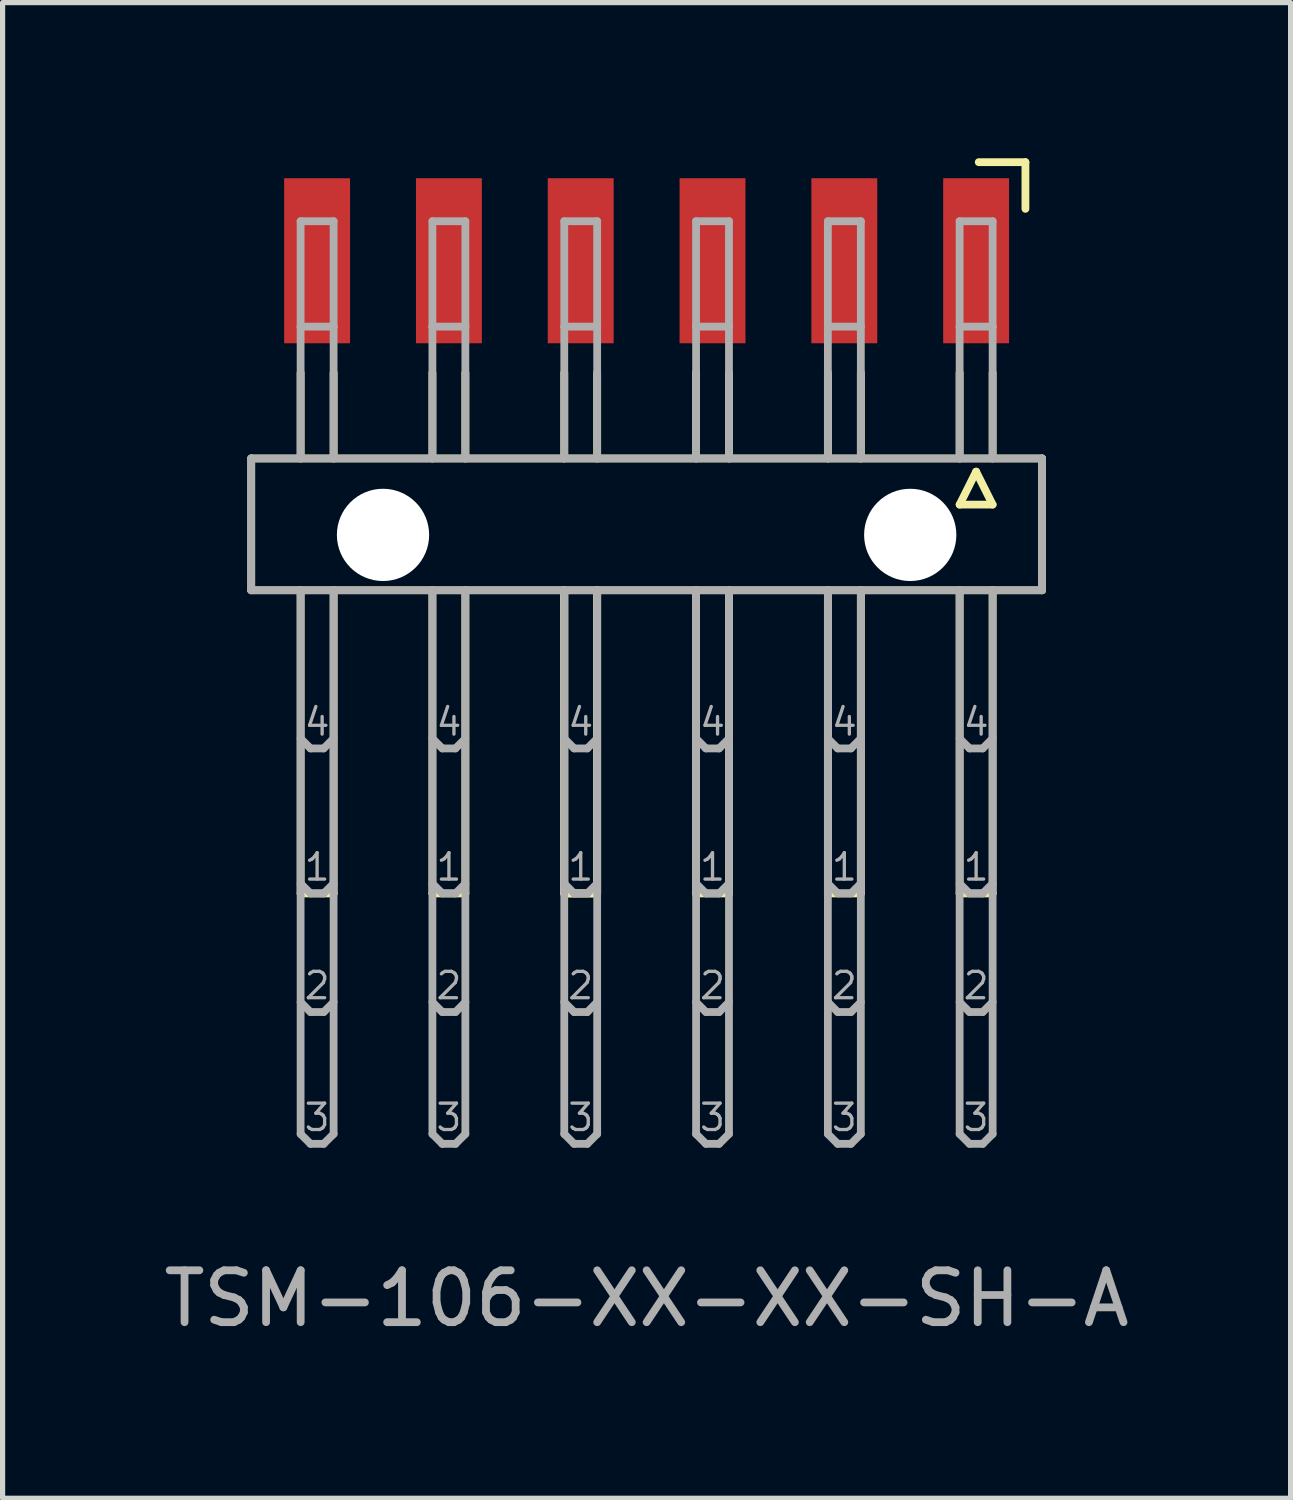
<source format=kicad_pcb>
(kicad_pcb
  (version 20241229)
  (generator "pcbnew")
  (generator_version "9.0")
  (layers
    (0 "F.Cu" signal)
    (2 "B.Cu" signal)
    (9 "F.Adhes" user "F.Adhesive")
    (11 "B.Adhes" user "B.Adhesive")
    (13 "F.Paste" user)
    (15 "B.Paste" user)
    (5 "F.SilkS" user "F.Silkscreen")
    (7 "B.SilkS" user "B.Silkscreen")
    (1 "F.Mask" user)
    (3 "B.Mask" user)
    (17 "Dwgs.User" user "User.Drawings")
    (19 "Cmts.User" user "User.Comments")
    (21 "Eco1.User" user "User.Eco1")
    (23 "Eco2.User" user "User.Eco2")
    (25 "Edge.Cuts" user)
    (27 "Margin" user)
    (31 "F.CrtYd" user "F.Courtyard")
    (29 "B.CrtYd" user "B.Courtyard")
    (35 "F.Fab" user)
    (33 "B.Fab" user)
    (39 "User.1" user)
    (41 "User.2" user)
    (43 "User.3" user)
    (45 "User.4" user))
  (footprint "TSM-106-XX-XX-SH-A"
    (layer "F.Cu")
    (at 9.411 6.975)
    (property "Reference" "TSM-106-XX-XX-SH-A" (at 0 15 0) (layer "F.Fab") (effects (font (size 1 1) (thickness 0.15))))
    (attr through_hole)
    (fp_line (start -7.62 -1.19) (end 7.62 -1.19) (stroke (width 0.15) (type solid)) (layer "F.SilkS"))
    (fp_line (start -7.62 1.35) (end -7.62 -1.19) (stroke (width 0.15) (type solid)) (layer "F.SilkS"))
    (fp_line (start -6.668 -1.19) (end -6.668 -2.841) (stroke (width 0.15) (type solid)) (layer "F.SilkS"))
    (fp_line (start -6.668 1.35) (end -6.668 7.192) (stroke (width 0.15) (type solid)) (layer "F.SilkS"))
    (fp_line (start -6.668 7.192) (end -6.032 7.192) (stroke (width 0.15) (type solid)) (layer "F.SilkS"))
    (fp_line (start -6.032 -2.841) (end -6.032 -1.19) (stroke (width 0.15) (type solid)) (layer "F.SilkS"))
    (fp_line (start -6.032 7.192) (end -6.032 1.35) (stroke (width 0.15) (type solid)) (layer "F.SilkS"))
    (fp_line (start -4.128 -2.841) (end -4.128 -1.19) (stroke (width 0.15) (type solid)) (layer "F.SilkS"))
    (fp_line (start -4.128 1.35) (end -4.128 7.192) (stroke (width 0.15) (type solid)) (layer "F.SilkS"))
    (fp_line (start -4.128 7.192) (end -3.493 7.192) (stroke (width 0.15) (type solid)) (layer "F.SilkS"))
    (fp_line (start -3.493 -2.841) (end -3.493 -1.19) (stroke (width 0.15) (type solid)) (layer "F.SilkS"))
    (fp_line (start -3.493 7.192) (end -3.493 1.35) (stroke (width 0.15) (type solid)) (layer "F.SilkS"))
    (fp_line (start -1.587 -2.841) (end -1.587 -1.19) (stroke (width 0.15) (type solid)) (layer "F.SilkS"))
    (fp_line (start -1.587 1.35) (end -1.587 7.192) (stroke (width 0.15) (type solid)) (layer "F.SilkS"))
    (fp_line (start -1.587 1.35) (end -1.587 7.192) (stroke (width 0.15) (type solid)) (layer "F.SilkS"))
    (fp_line (start -1.587 7.192) (end -0.953 7.192) (stroke (width 0.15) (type solid)) (layer "F.SilkS"))
    (fp_line (start -1.587 7.192) (end -0.953 7.192) (stroke (width 0.15) (type solid)) (layer "F.SilkS"))
    (fp_line (start -0.953 -1.19) (end -0.953 -2.841) (stroke (width 0.15) (type solid)) (layer "F.SilkS"))
    (fp_line (start -0.953 7.192) (end -0.953 1.35) (stroke (width 0.15) (type solid)) (layer "F.SilkS"))
    (fp_line (start -0.953 7.192) (end -0.953 1.35) (stroke (width 0.15) (type solid)) (layer "F.SilkS"))
    (fp_line (start 0.953 -2.841) (end 0.953 -1.19) (stroke (width 0.15) (type solid)) (layer "F.SilkS"))
    (fp_line (start 0.953 1.35) (end 0.953 7.192) (stroke (width 0.15) (type solid)) (layer "F.SilkS"))
    (fp_line (start 0.953 7.192) (end 1.587 7.192) (stroke (width 0.15) (type solid)) (layer "F.SilkS"))
    (fp_line (start 1.587 -1.19) (end 1.587 -2.841) (stroke (width 0.15) (type solid)) (layer "F.SilkS"))
    (fp_line (start 1.587 7.192) (end 1.587 1.35) (stroke (width 0.15) (type solid)) (layer "F.SilkS"))
    (fp_line (start 3.493 -2.841) (end 3.493 -1.19) (stroke (width 0.15) (type solid)) (layer "F.SilkS"))
    (fp_line (start 3.493 1.35) (end 3.493 7.192) (stroke (width 0.15) (type solid)) (layer "F.SilkS"))
    (fp_line (start 3.493 7.192) (end 4.128 7.192) (stroke (width 0.15) (type solid)) (layer "F.SilkS"))
    (fp_line (start 4.128 -1.19) (end 4.128 -2.841) (stroke (width 0.15) (type solid)) (layer "F.SilkS"))
    (fp_line (start 4.128 7.192) (end 4.128 1.35) (stroke (width 0.15) (type solid)) (layer "F.SilkS"))
    (fp_line (start 6.032 -2.841) (end 6.032 -1.19) (stroke (width 0.15) (type solid)) (layer "F.SilkS"))
    (fp_line (start 6.032 -0.301) (end 6.668 -0.301) (stroke (width 0.15) (type solid)) (layer "F.SilkS"))
    (fp_line (start 6.032 1.35) (end 6.032 7.192) (stroke (width 0.15) (type solid)) (layer "F.SilkS"))
    (fp_line (start 6.032 7.192) (end 6.668 7.192) (stroke (width 0.15) (type solid)) (layer "F.SilkS"))
    (fp_line (start 6.35 -0.936) (end 6.032 -0.301) (stroke (width 0.15) (type solid)) (layer "F.SilkS"))
    (fp_line (start 6.4 -6.9) (end 7.3 -6.9) (stroke (width 0.15) (type solid)) (layer "F.SilkS"))
    (fp_line (start 6.668 -1.19) (end 6.668 -2.841) (stroke (width 0.15) (type solid)) (layer "F.SilkS"))
    (fp_line (start 6.668 -0.301) (end 6.35 -0.936) (stroke (width 0.15) (type solid)) (layer "F.SilkS"))
    (fp_line (start 6.668 7.192) (end 6.668 1.35) (stroke (width 0.15) (type solid)) (layer "F.SilkS"))
    (fp_line (start 7.3 -6.9) (end 7.3 -6) (stroke (width 0.15) (type solid)) (layer "F.SilkS"))
    (fp_line (start 7.62 -1.19) (end 7.62 1.35) (stroke (width 0.15) (type solid)) (layer "F.SilkS"))
    (fp_line (start 7.62 1.35) (end -7.62 1.35) (stroke (width 0.15) (type solid)) (layer "F.SilkS"))
    (fp_line (start -7.62 -1.19) (end 7.62 -1.19) (stroke (width 0.15) (type solid)) (layer "F.Fab"))
    (fp_line (start -7.62 1.35) (end -7.62 -1.19) (stroke (width 0.15) (type solid)) (layer "F.Fab"))
    (fp_line (start -6.668 -5.762) (end -6.032 -5.762) (stroke (width 0.15) (type solid)) (layer "F.Fab"))
    (fp_line (start -6.668 -3.73) (end -6.668 -5.762) (stroke (width 0.15) (type solid)) (layer "F.Fab"))
    (fp_line (start -6.668 -3.73) (end -6.668 -1.19) (stroke (width 0.15) (type solid)) (layer "F.Fab"))
    (fp_line (start -6.668 1.35) (end -6.668 11.828) (stroke (width 0.15) (type solid)) (layer "F.Fab"))
    (fp_line (start -6.668 4.207) (end -6.477 4.398) (stroke (width 0.15) (type solid)) (layer "F.Fab"))
    (fp_line (start -6.668 7.002) (end -6.477 7.192) (stroke (width 0.15) (type solid)) (layer "F.Fab"))
    (fp_line (start -6.668 9.287) (end -6.477 9.478) (stroke (width 0.15) (type solid)) (layer "F.Fab"))
    (fp_line (start -6.668 11.828) (end -6.477 12.018) (stroke (width 0.15) (type solid)) (layer "F.Fab"))
    (fp_line (start -6.477 4.398) (end -6.223 4.398) (stroke (width 0.15) (type solid)) (layer "F.Fab"))
    (fp_line (start -6.477 7.192) (end -6.223 7.192) (stroke (width 0.15) (type solid)) (layer "F.Fab"))
    (fp_line (start -6.477 9.478) (end -6.223 9.478) (stroke (width 0.15) (type solid)) (layer "F.Fab"))
    (fp_line (start -6.477 12.018) (end -6.223 12.018) (stroke (width 0.15) (type solid)) (layer "F.Fab"))
    (fp_line (start -6.223 4.398) (end -6.032 4.207) (stroke (width 0.15) (type solid)) (layer "F.Fab"))
    (fp_line (start -6.223 7.192) (end -6.032 7.002) (stroke (width 0.15) (type solid)) (layer "F.Fab"))
    (fp_line (start -6.223 9.478) (end -6.032 9.287) (stroke (width 0.15) (type solid)) (layer "F.Fab"))
    (fp_line (start -6.223 12.018) (end -6.032 11.828) (stroke (width 0.15) (type solid)) (layer "F.Fab"))
    (fp_line (start -6.032 -5.762) (end -6.032 -3.73) (stroke (width 0.15) (type solid)) (layer "F.Fab"))
    (fp_line (start -6.032 -3.73) (end -6.668 -3.73) (stroke (width 0.15) (type solid)) (layer "F.Fab"))
    (fp_line (start -6.032 -3.73) (end -6.032 -1.19) (stroke (width 0.15) (type solid)) (layer "F.Fab"))
    (fp_line (start -6.032 11.828) (end -6.032 1.35) (stroke (width 0.15) (type solid)) (layer "F.Fab"))
    (fp_line (start -4.128 -5.762) (end -3.493 -5.762) (stroke (width 0.15) (type solid)) (layer "F.Fab"))
    (fp_line (start -4.128 -3.73) (end -4.128 -5.762) (stroke (width 0.15) (type solid)) (layer "F.Fab"))
    (fp_line (start -4.128 -3.73) (end -4.128 -1.19) (stroke (width 0.15) (type solid)) (layer "F.Fab"))
    (fp_line (start -4.128 1.35) (end -4.128 11.828) (stroke (width 0.15) (type solid)) (layer "F.Fab"))
    (fp_line (start -4.128 4.207) (end -3.937 4.398) (stroke (width 0.15) (type solid)) (layer "F.Fab"))
    (fp_line (start -4.128 7.002) (end -3.937 7.192) (stroke (width 0.15) (type solid)) (layer "F.Fab"))
    (fp_line (start -4.128 9.287) (end -3.937 9.478) (stroke (width 0.15) (type solid)) (layer "F.Fab"))
    (fp_line (start -4.128 11.828) (end -3.937 12.018) (stroke (width 0.15) (type solid)) (layer "F.Fab"))
    (fp_line (start -3.937 4.398) (end -3.683 4.398) (stroke (width 0.15) (type solid)) (layer "F.Fab"))
    (fp_line (start -3.937 7.192) (end -3.683 7.192) (stroke (width 0.15) (type solid)) (layer "F.Fab"))
    (fp_line (start -3.937 9.478) (end -3.683 9.478) (stroke (width 0.15) (type solid)) (layer "F.Fab"))
    (fp_line (start -3.937 12.018) (end -3.683 12.018) (stroke (width 0.15) (type solid)) (layer "F.Fab"))
    (fp_line (start -3.683 4.398) (end -3.493 4.207) (stroke (width 0.15) (type solid)) (layer "F.Fab"))
    (fp_line (start -3.683 7.192) (end -3.493 7.002) (stroke (width 0.15) (type solid)) (layer "F.Fab"))
    (fp_line (start -3.683 9.478) (end -3.493 9.287) (stroke (width 0.15) (type solid)) (layer "F.Fab"))
    (fp_line (start -3.683 12.018) (end -3.493 11.828) (stroke (width 0.15) (type solid)) (layer "F.Fab"))
    (fp_line (start -3.493 -5.762) (end -3.493 -3.73) (stroke (width 0.15) (type solid)) (layer "F.Fab"))
    (fp_line (start -3.493 -3.73) (end -4.128 -3.73) (stroke (width 0.15) (type solid)) (layer "F.Fab"))
    (fp_line (start -3.493 -3.73) (end -3.493 -1.19) (stroke (width 0.15) (type solid)) (layer "F.Fab"))
    (fp_line (start -3.493 11.828) (end -3.493 1.35) (stroke (width 0.15) (type solid)) (layer "F.Fab"))
    (fp_line (start -1.587 -5.762) (end -0.953 -5.762) (stroke (width 0.15) (type solid)) (layer "F.Fab"))
    (fp_line (start -1.587 -3.73) (end -1.587 -5.762) (stroke (width 0.15) (type solid)) (layer "F.Fab"))
    (fp_line (start -1.587 -3.73) (end -1.587 -1.19) (stroke (width 0.15) (type solid)) (layer "F.Fab"))
    (fp_line (start -1.587 1.35) (end -1.587 11.828) (stroke (width 0.15) (type solid)) (layer "F.Fab"))
    (fp_line (start -1.587 4.207) (end -1.397 4.398) (stroke (width 0.15) (type solid)) (layer "F.Fab"))
    (fp_line (start -1.587 7.002) (end -1.397 7.192) (stroke (width 0.15) (type solid)) (layer "F.Fab"))
    (fp_line (start -1.587 9.287) (end -1.397 9.478) (stroke (width 0.15) (type solid)) (layer "F.Fab"))
    (fp_line (start -1.587 11.828) (end -1.397 12.018) (stroke (width 0.15) (type solid)) (layer "F.Fab"))
    (fp_line (start -1.397 4.398) (end -1.143 4.398) (stroke (width 0.15) (type solid)) (layer "F.Fab"))
    (fp_line (start -1.397 7.192) (end -1.143 7.192) (stroke (width 0.15) (type solid)) (layer "F.Fab"))
    (fp_line (start -1.397 9.478) (end -1.143 9.478) (stroke (width 0.15) (type solid)) (layer "F.Fab"))
    (fp_line (start -1.397 12.018) (end -1.143 12.018) (stroke (width 0.15) (type solid)) (layer "F.Fab"))
    (fp_line (start -1.143 4.398) (end -0.953 4.207) (stroke (width 0.15) (type solid)) (layer "F.Fab"))
    (fp_line (start -1.143 7.192) (end -0.953 7.002) (stroke (width 0.15) (type solid)) (layer "F.Fab"))
    (fp_line (start -1.143 9.478) (end -0.953 9.287) (stroke (width 0.15) (type solid)) (layer "F.Fab"))
    (fp_line (start -1.143 12.018) (end -0.953 11.828) (stroke (width 0.15) (type solid)) (layer "F.Fab"))
    (fp_line (start -0.953 -5.762) (end -0.953 -3.73) (stroke (width 0.15) (type solid)) (layer "F.Fab"))
    (fp_line (start -0.953 -3.73) (end -1.587 -3.73) (stroke (width 0.15) (type solid)) (layer "F.Fab"))
    (fp_line (start -0.953 -3.73) (end -0.953 -1.19) (stroke (width 0.15) (type solid)) (layer "F.Fab"))
    (fp_line (start -0.953 11.828) (end -0.953 1.35) (stroke (width 0.15) (type solid)) (layer "F.Fab"))
    (fp_line (start 0.953 -5.762) (end 1.587 -5.762) (stroke (width 0.15) (type solid)) (layer "F.Fab"))
    (fp_line (start 0.953 -3.73) (end 0.953 -5.762) (stroke (width 0.15) (type solid)) (layer "F.Fab"))
    (fp_line (start 0.953 -3.73) (end 0.953 -1.19) (stroke (width 0.15) (type solid)) (layer "F.Fab"))
    (fp_line (start 0.953 1.35) (end 0.953 11.828) (stroke (width 0.15) (type solid)) (layer "F.Fab"))
    (fp_line (start 0.953 4.207) (end 1.143 4.398) (stroke (width 0.15) (type solid)) (layer "F.Fab"))
    (fp_line (start 0.953 7.002) (end 1.143 7.192) (stroke (width 0.15) (type solid)) (layer "F.Fab"))
    (fp_line (start 0.953 9.287) (end 1.143 9.478) (stroke (width 0.15) (type solid)) (layer "F.Fab"))
    (fp_line (start 0.953 11.828) (end 1.143 12.018) (stroke (width 0.15) (type solid)) (layer "F.Fab"))
    (fp_line (start 1.143 4.398) (end 1.397 4.398) (stroke (width 0.15) (type solid)) (layer "F.Fab"))
    (fp_line (start 1.143 7.192) (end 1.397 7.192) (stroke (width 0.15) (type solid)) (layer "F.Fab"))
    (fp_line (start 1.143 9.478) (end 1.397 9.478) (stroke (width 0.15) (type solid)) (layer "F.Fab"))
    (fp_line (start 1.143 12.018) (end 1.397 12.018) (stroke (width 0.15) (type solid)) (layer "F.Fab"))
    (fp_line (start 1.397 4.398) (end 1.587 4.207) (stroke (width 0.15) (type solid)) (layer "F.Fab"))
    (fp_line (start 1.397 7.192) (end 1.587 7.002) (stroke (width 0.15) (type solid)) (layer "F.Fab"))
    (fp_line (start 1.397 9.478) (end 1.587 9.287) (stroke (width 0.15) (type solid)) (layer "F.Fab"))
    (fp_line (start 1.397 12.018) (end 1.587 11.828) (stroke (width 0.15) (type solid)) (layer "F.Fab"))
    (fp_line (start 1.587 -5.762) (end 1.587 -3.73) (stroke (width 0.15) (type solid)) (layer "F.Fab"))
    (fp_line (start 1.587 -3.73) (end 0.953 -3.73) (stroke (width 0.15) (type solid)) (layer "F.Fab"))
    (fp_line (start 1.587 -3.73) (end 1.587 -1.19) (stroke (width 0.15) (type solid)) (layer "F.Fab"))
    (fp_line (start 1.587 11.828) (end 1.587 1.35) (stroke (width 0.15) (type solid)) (layer "F.Fab"))
    (fp_line (start 3.493 -5.762) (end 4.128 -5.762) (stroke (width 0.15) (type solid)) (layer "F.Fab"))
    (fp_line (start 3.493 -3.73) (end 3.493 -5.762) (stroke (width 0.15) (type solid)) (layer "F.Fab"))
    (fp_line (start 3.493 -3.73) (end 3.493 -1.19) (stroke (width 0.15) (type solid)) (layer "F.Fab"))
    (fp_line (start 3.493 1.35) (end 3.493 11.828) (stroke (width 0.15) (type solid)) (layer "F.Fab"))
    (fp_line (start 3.493 4.207) (end 3.683 4.398) (stroke (width 0.15) (type solid)) (layer "F.Fab"))
    (fp_line (start 3.493 7.002) (end 3.683 7.192) (stroke (width 0.15) (type solid)) (layer "F.Fab"))
    (fp_line (start 3.493 9.287) (end 3.683 9.478) (stroke (width 0.15) (type solid)) (layer "F.Fab"))
    (fp_line (start 3.493 11.828) (end 3.683 12.018) (stroke (width 0.15) (type solid)) (layer "F.Fab"))
    (fp_line (start 3.683 4.398) (end 3.937 4.398) (stroke (width 0.15) (type solid)) (layer "F.Fab"))
    (fp_line (start 3.683 7.192) (end 3.937 7.192) (stroke (width 0.15) (type solid)) (layer "F.Fab"))
    (fp_line (start 3.683 9.478) (end 3.937 9.478) (stroke (width 0.15) (type solid)) (layer "F.Fab"))
    (fp_line (start 3.683 12.018) (end 3.937 12.018) (stroke (width 0.15) (type solid)) (layer "F.Fab"))
    (fp_line (start 3.937 4.398) (end 4.128 4.207) (stroke (width 0.15) (type solid)) (layer "F.Fab"))
    (fp_line (start 3.937 7.192) (end 4.128 7.002) (stroke (width 0.15) (type solid)) (layer "F.Fab"))
    (fp_line (start 3.937 9.478) (end 4.128 9.287) (stroke (width 0.15) (type solid)) (layer "F.Fab"))
    (fp_line (start 3.937 12.018) (end 4.128 11.828) (stroke (width 0.15) (type solid)) (layer "F.Fab"))
    (fp_line (start 4.128 -5.762) (end 4.128 -3.73) (stroke (width 0.15) (type solid)) (layer "F.Fab"))
    (fp_line (start 4.128 -3.73) (end 3.493 -3.73) (stroke (width 0.15) (type solid)) (layer "F.Fab"))
    (fp_line (start 4.128 -3.73) (end 4.128 -1.19) (stroke (width 0.15) (type solid)) (layer "F.Fab"))
    (fp_line (start 4.128 11.828) (end 4.128 1.35) (stroke (width 0.15) (type solid)) (layer "F.Fab"))
    (fp_line (start 6.032 -5.762) (end 6.668 -5.762) (stroke (width 0.15) (type solid)) (layer "F.Fab"))
    (fp_line (start 6.032 -3.73) (end 6.032 -5.762) (stroke (width 0.15) (type solid)) (layer "F.Fab"))
    (fp_line (start 6.032 -3.73) (end 6.032 -1.19) (stroke (width 0.15) (type solid)) (layer "F.Fab"))
    (fp_line (start 6.032 1.35) (end 6.032 11.828) (stroke (width 0.15) (type solid)) (layer "F.Fab"))
    (fp_line (start 6.032 4.207) (end 6.223 4.398) (stroke (width 0.15) (type solid)) (layer "F.Fab"))
    (fp_line (start 6.032 7.002) (end 6.223 7.192) (stroke (width 0.15) (type solid)) (layer "F.Fab"))
    (fp_line (start 6.032 9.287) (end 6.223 9.478) (stroke (width 0.15) (type solid)) (layer "F.Fab"))
    (fp_line (start 6.032 11.828) (end 6.223 12.018) (stroke (width 0.15) (type solid)) (layer "F.Fab"))
    (fp_line (start 6.223 4.398) (end 6.477 4.398) (stroke (width 0.15) (type solid)) (layer "F.Fab"))
    (fp_line (start 6.223 7.192) (end 6.477 7.192) (stroke (width 0.15) (type solid)) (layer "F.Fab"))
    (fp_line (start 6.223 9.478) (end 6.477 9.478) (stroke (width 0.15) (type solid)) (layer "F.Fab"))
    (fp_line (start 6.223 12.018) (end 6.477 12.018) (stroke (width 0.15) (type solid)) (layer "F.Fab"))
    (fp_line (start 6.477 4.398) (end 6.668 4.207) (stroke (width 0.15) (type solid)) (layer "F.Fab"))
    (fp_line (start 6.477 7.192) (end 6.668 7.002) (stroke (width 0.15) (type solid)) (layer "F.Fab"))
    (fp_line (start 6.477 9.478) (end 6.668 9.287) (stroke (width 0.15) (type solid)) (layer "F.Fab"))
    (fp_line (start 6.477 12.018) (end 6.668 11.828) (stroke (width 0.15) (type solid)) (layer "F.Fab"))
    (fp_line (start 6.668 -5.762) (end 6.668 -3.73) (stroke (width 0.15) (type solid)) (layer "F.Fab"))
    (fp_line (start 6.668 -3.73) (end 6.032 -3.73) (stroke (width 0.15) (type solid)) (layer "F.Fab"))
    (fp_line (start 6.668 -3.73) (end 6.668 -1.19) (stroke (width 0.15) (type solid)) (layer "F.Fab"))
    (fp_line (start 6.668 11.828) (end 6.668 1.35) (stroke (width 0.15) (type solid)) (layer "F.Fab"))
    (fp_line (start 7.62 -1.19) (end 7.62 1.35) (stroke (width 0.15) (type solid)) (layer "F.Fab"))
    (fp_line (start 7.62 1.35) (end -7.62 1.35) (stroke (width 0.15) (type solid)) (layer "F.Fab"))
    (fp_text user "2" (at -1.27 8.97 0) (layer "F.Fab") (effects (font (size 0.508 0.508) (thickness 0.064))))
    (fp_text user "2" (at 6.35 8.97 0) (layer "F.Fab") (effects (font (size 0.508 0.508) (thickness 0.064))))
    (fp_text user "1" (at -6.35 6.684 0) (layer "F.Fab") (effects (font (size 0.508 0.508) (thickness 0.064))))
    (fp_text user "3" (at -3.81 11.51 0) (layer "F.Fab") (effects (font (size 0.508 0.508) (thickness 0.064))))
    (fp_text user "1" (at -3.81 6.684 0) (layer "F.Fab") (effects (font (size 0.508 0.508) (thickness 0.064))))
    (fp_text user "4" (at 3.81 3.89 0) (layer "F.Fab") (effects (font (size 0.508 0.508) (thickness 0.064))))
    (fp_text user "4" (at -1.27 3.89 0) (layer "F.Fab") (effects (font (size 0.508 0.508) (thickness 0.064))))
    (fp_text user "4" (at 6.35 3.89 0) (layer "F.Fab") (effects (font (size 0.508 0.508) (thickness 0.064))))
    (fp_text user "3" (at -6.35 11.51 0) (layer "F.Fab") (effects (font (size 0.508 0.508) (thickness 0.064))))
    (fp_text user "4" (at 1.27 3.89 0) (layer "F.Fab") (effects (font (size 0.508 0.508) (thickness 0.064))))
    (fp_text user "3" (at 6.35 11.51 0) (layer "F.Fab") (effects (font (size 0.508 0.508) (thickness 0.064))))
    (fp_text user "1" (at 1.27 6.684 0) (layer "F.Fab") (effects (font (size 0.508 0.508) (thickness 0.064))))
    (fp_text user "2" (at 3.81 8.97 0) (layer "F.Fab") (effects (font (size 0.508 0.508) (thickness 0.064))))
    (fp_text user "2" (at 1.27 8.97 0) (layer "F.Fab") (effects (font (size 0.508 0.508) (thickness 0.064))))
    (fp_text user "1" (at 3.81 6.684 0) (layer "F.Fab") (effects (font (size 0.508 0.508) (thickness 0.064))))
    (fp_text user "4" (at -3.81 3.89 0) (layer "F.Fab") (effects (font (size 0.508 0.508) (thickness 0.064))))
    (fp_text user "2" (at -6.35 8.97 0) (layer "F.Fab") (effects (font (size 0.508 0.508) (thickness 0.064))))
    (fp_text user "4" (at -6.35 3.89 0) (layer "F.Fab") (effects (font (size 0.508 0.508) (thickness 0.064))))
    (fp_text user "1" (at -1.27 6.684 0) (layer "F.Fab") (effects (font (size 0.508 0.508) (thickness 0.064))))
    (fp_text user "2" (at -3.81 8.97 0) (layer "F.Fab") (effects (font (size 0.508 0.508) (thickness 0.064))))
    (fp_text user "3" (at 1.27 11.51 0) (layer "F.Fab") (effects (font (size 0.508 0.508) (thickness 0.064))))
    (fp_text user "1" (at 6.35 6.684 0) (layer "F.Fab") (effects (font (size 0.508 0.508) (thickness 0.064))))
    (fp_text user "3" (at 3.81 11.51 0) (layer "F.Fab") (effects (font (size 0.508 0.508) (thickness 0.064))))
    (fp_text user "3" (at -1.27 11.51 0) (layer "F.Fab") (effects (font (size 0.508 0.508) (thickness 0.064))))
    (pad "" np_thru_hole circle (at -5.08 0.283) (size 1.778 1.778) (drill 1.778) (layers "*.Cu"))
    (pad "" np_thru_hole circle (at 5.08 0.283) (size 1.778 1.778) (drill 1.778) (layers "*.Cu"))
    (pad "1" smd rect (at 6.35 -5) (size 1.27 3.18) (layers "F.Cu" "F.Mask" "F.Paste"))
    (pad "2" smd rect (at 3.81 -5) (size 1.27 3.18) (layers "F.Cu" "F.Mask" "F.Paste"))
    (pad "3" smd rect (at 1.27 -5) (size 1.27 3.18) (layers "F.Cu" "F.Mask" "F.Paste"))
    (pad "4" smd rect (at -1.27 -5) (size 1.27 3.18) (layers "F.Cu" "F.Mask" "F.Paste"))
    (pad "5" smd rect (at -3.81 -5) (size 1.27 3.18) (layers "F.Cu" "F.Mask" "F.Paste"))
    (pad "6" smd rect (at -6.35 -5) (size 1.27 3.18) (layers "F.Cu" "F.Mask" "F.Paste")))
  (gr_rect
    (start -3 -3)
    (end 21.821 25.823)
    (stroke (width 0.1) (type default))
    (fill no)
    (layer "Edge.Cuts")))
</source>
